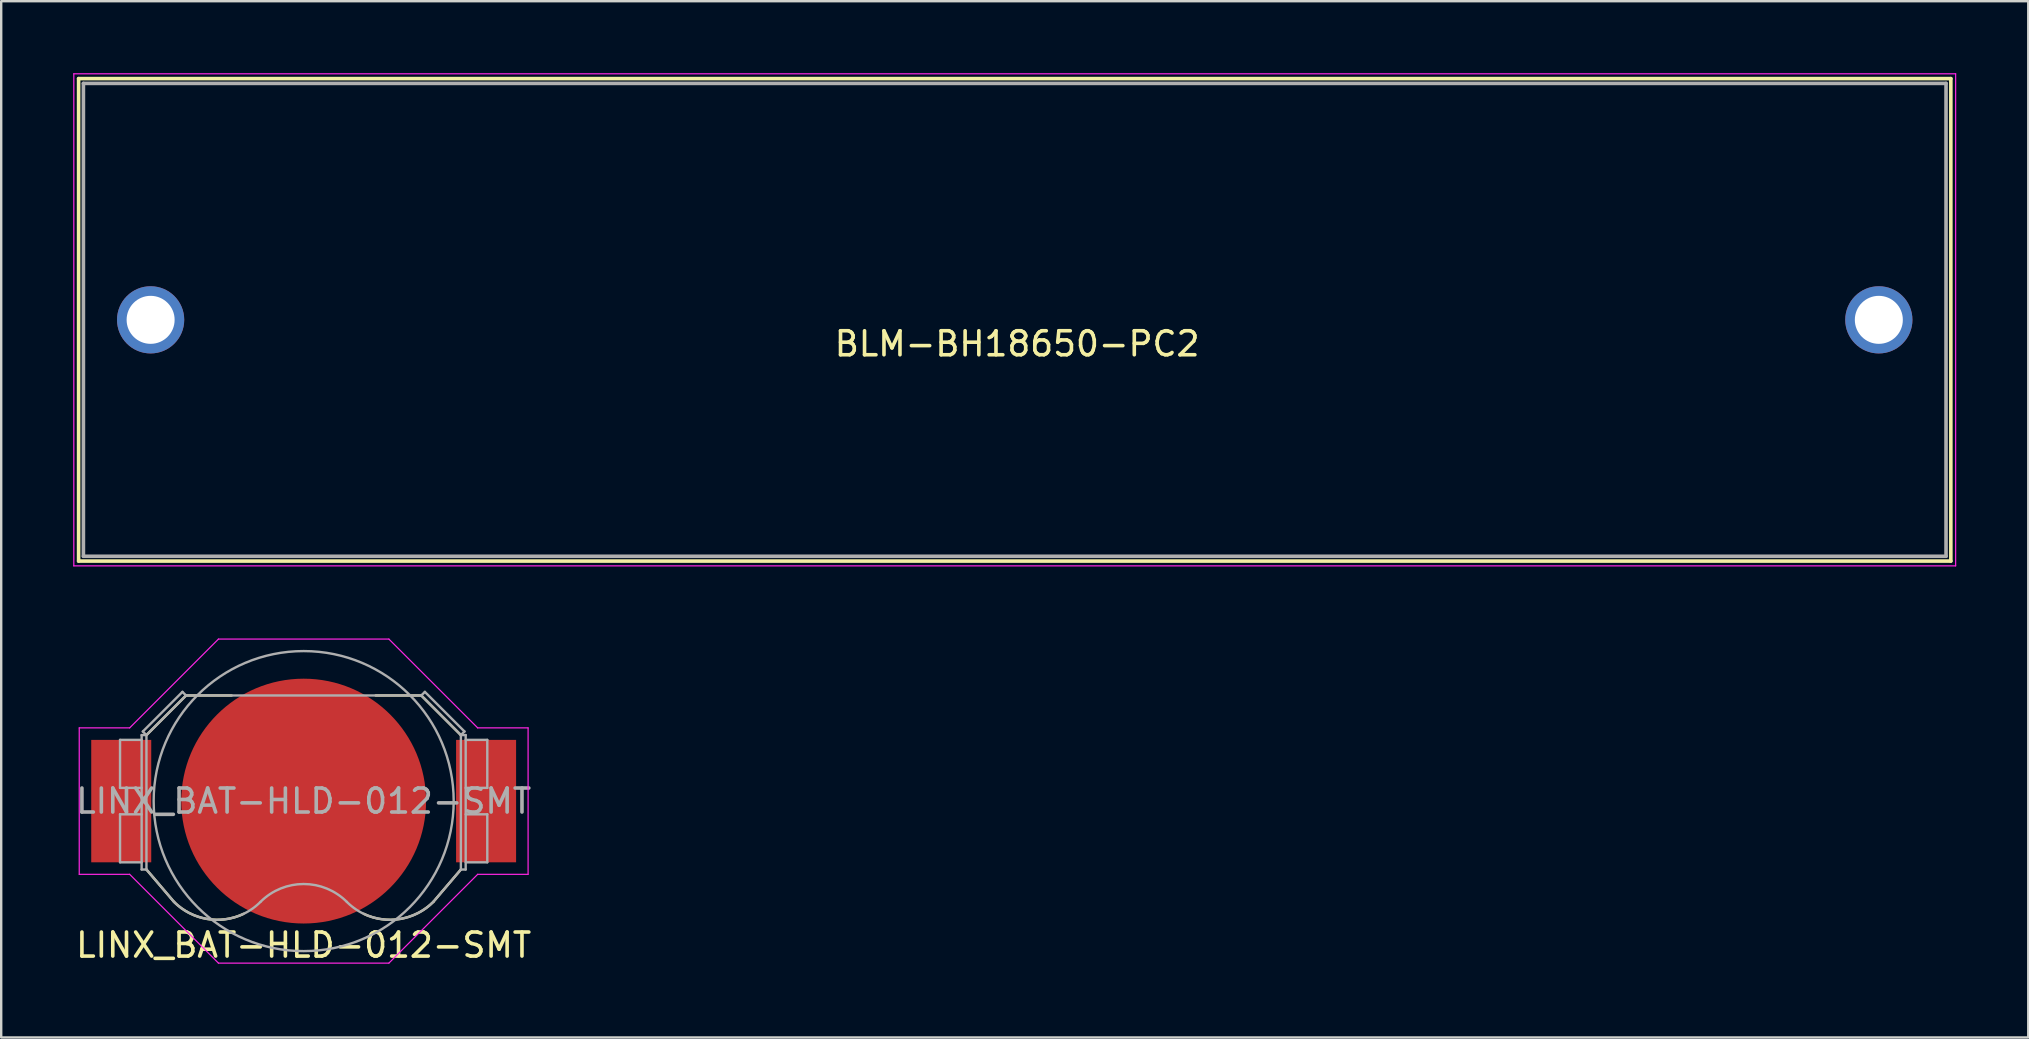
<source format=kicad_pcb>
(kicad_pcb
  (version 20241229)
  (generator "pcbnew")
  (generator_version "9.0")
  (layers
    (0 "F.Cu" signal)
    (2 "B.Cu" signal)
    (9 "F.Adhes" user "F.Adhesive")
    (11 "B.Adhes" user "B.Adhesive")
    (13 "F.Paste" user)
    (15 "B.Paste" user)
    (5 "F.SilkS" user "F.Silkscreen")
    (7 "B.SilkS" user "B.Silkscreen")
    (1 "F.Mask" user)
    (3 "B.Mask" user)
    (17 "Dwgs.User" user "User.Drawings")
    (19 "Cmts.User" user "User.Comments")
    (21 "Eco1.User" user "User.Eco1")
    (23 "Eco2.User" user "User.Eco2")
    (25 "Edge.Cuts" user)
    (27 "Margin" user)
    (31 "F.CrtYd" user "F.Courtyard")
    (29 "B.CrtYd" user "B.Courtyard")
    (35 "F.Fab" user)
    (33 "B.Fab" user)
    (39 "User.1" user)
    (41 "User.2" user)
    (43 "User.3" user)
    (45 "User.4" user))
  (footprint "BLM-BH18650-PC2"
    (layer "F.Cu")
    (at 39.225 10.275)
    (property "Reference" "BLM-BH18650-PC2" (at 0.1 1 0) (layer "F.SilkS") (effects (font (size 1 1) (thickness 0.15))))
    (attr through_hole)
    (fp_line (start -39 -10.05) (end 39 -10.05) (stroke (width 0.15) (type solid)) (layer "F.SilkS"))
    (fp_line (start -39 10.05) (end -39 -10.05) (stroke (width 0.15) (type solid)) (layer "F.SilkS"))
    (fp_line (start 39 -10.05) (end 39 10.05) (stroke (width 0.15) (type solid)) (layer "F.SilkS"))
    (fp_line (start 39 10.05) (end -39 10.05) (stroke (width 0.15) (type solid)) (layer "F.SilkS"))
    (fp_line (start -39.2 -10.25) (end 39.2 -10.25) (stroke (width 0.05) (type solid)) (layer "F.CrtYd"))
    (fp_line (start -39.2 10.25) (end -39.2 -10.25) (stroke (width 0.05) (type solid)) (layer "F.CrtYd"))
    (fp_line (start 39.2 -10.25) (end 39.2 10.25) (stroke (width 0.05) (type solid)) (layer "F.CrtYd"))
    (fp_line (start 39.2 10.25) (end -39.2 10.25) (stroke (width 0.05) (type solid)) (layer "F.CrtYd"))
    (fp_line (start -38.8 -9.85) (end 38.8 -9.85) (stroke (width 0.15) (type solid)) (layer "F.Fab"))
    (fp_line (start -38.8 9.85) (end -38.8 -9.85) (stroke (width 0.15) (type solid)) (layer "F.Fab"))
    (fp_line (start 38.8 -9.85) (end 38.8 9.85) (stroke (width 0.15) (type solid)) (layer "F.Fab"))
    (fp_line (start 38.8 9.85) (end -38.8 9.85) (stroke (width 0.15) (type solid)) (layer "F.Fab"))
    (pad "1" thru_hole circle (at -36 0) (size 2.8 2.8) (drill 2) (layers "*.Cu" "*.Mask"))
    (pad "2" thru_hole circle (at 36 0) (size 2.8 2.8) (drill 2) (layers "*.Cu" "*.Mask")))
  (footprint "LINX_BAT-HLD-012-SMT"
    (layer "F.Cu")
    (at 9.601 30.325)
    (property "Reference" "LINX_BAT-HLD-012-SMT" (at 0 6 0) (layer "F.SilkS") (effects (font (size 1 1) (thickness 0.15))))
    (attr smd)
    (fp_line (start -6.55 -2.75) (end -4.9 -4.4) (stroke (width 0.1) (type solid)) (layer "F.SilkS"))
    (fp_line (start -6.55 2.85) (end -5.4 4.2) (stroke (width 0.1) (type solid)) (layer "F.SilkS"))
    (fp_line (start -4.9 -4.4) (end -3 -4.4) (stroke (width 0.1) (type solid)) (layer "F.SilkS"))
    (fp_line (start 4.9 -4.4) (end 3 -4.4) (stroke (width 0.1) (type solid)) (layer "F.SilkS"))
    (fp_line (start 4.9 -4.4) (end 6.55 -2.75) (stroke (width 0.1) (type solid)) (layer "F.SilkS"))
    (fp_line (start 6.55 2.85) (end 5.4 4.2) (stroke (width 0.1) (type solid)) (layer "F.SilkS"))
    (fp_arc (start -2.504098 4.697607) (mid -4.031094 4.908816) (end -5.4 4.2) (stroke (width 0.1) (type solid)) (layer "F.SilkS"))
    (fp_arc (start 5.4 4.2) (mid 4.029781 4.909041) (end 2.501694 4.696459) (stroke (width 0.1) (type solid)) (layer "F.SilkS"))
    (fp_line (start -9.35 -3.05) (end -7.25 -3.05) (stroke (width 0.05) (type solid)) (layer "F.CrtYd"))
    (fp_line (start -9.35 3.05) (end -9.35 -3.05) (stroke (width 0.05) (type solid)) (layer "F.CrtYd"))
    (fp_line (start -9.35 3.05) (end -7.25 3.05) (stroke (width 0.05) (type solid)) (layer "F.CrtYd"))
    (fp_line (start -7.25 -3.05) (end -3.55 -6.75) (stroke (width 0.05) (type solid)) (layer "F.CrtYd"))
    (fp_line (start -3.55 -6.75) (end 3.55 -6.75) (stroke (width 0.05) (type solid)) (layer "F.CrtYd"))
    (fp_line (start -3.55 6.75) (end -7.25 3.05) (stroke (width 0.05) (type solid)) (layer "F.CrtYd"))
    (fp_line (start -3.55 6.75) (end 3.55 6.75) (stroke (width 0.05) (type solid)) (layer "F.CrtYd"))
    (fp_line (start 3.55 -6.75) (end 7.25 -3.05) (stroke (width 0.05) (type solid)) (layer "F.CrtYd"))
    (fp_line (start 3.55 6.75) (end 7.25 3.05) (stroke (width 0.05) (type solid)) (layer "F.CrtYd"))
    (fp_line (start 7.25 -3.05) (end 9.35 -3.05) (stroke (width 0.05) (type solid)) (layer "F.CrtYd"))
    (fp_line (start 9.35 -3.05) (end 9.35 3.05) (stroke (width 0.05) (type solid)) (layer "F.CrtYd"))
    (fp_line (start 9.35 3.05) (end 7.25 3.05) (stroke (width 0.05) (type solid)) (layer "F.CrtYd"))
    (fp_line (start -7.65 -2.55) (end -7.65 -0.55) (stroke (width 0.1) (type solid)) (layer "F.Fab"))
    (fp_line (start -7.65 -2.55) (end -6.75 -2.55) (stroke (width 0.1) (type solid)) (layer "F.Fab"))
    (fp_line (start -7.65 -0.55) (end -6.75 -0.55) (stroke (width 0.1) (type solid)) (layer "F.Fab"))
    (fp_line (start -7.65 0.55) (end -7.65 2.55) (stroke (width 0.1) (type solid)) (layer "F.Fab"))
    (fp_line (start -7.65 2.55) (end -6.75 2.55) (stroke (width 0.1) (type solid)) (layer "F.Fab"))
    (fp_line (start -6.75 -2.75) (end -6.55 -2.75) (stroke (width 0.1) (type solid)) (layer "F.Fab"))
    (fp_line (start -6.75 0.55) (end -7.65 0.55) (stroke (width 0.1) (type solid)) (layer "F.Fab"))
    (fp_line (start -6.75 2.85) (end -6.75 -2.75) (stroke (width 0.1) (type solid)) (layer "F.Fab"))
    (fp_line (start -6.75 2.85) (end -6.55 2.85) (stroke (width 0.1) (type solid)) (layer "F.Fab"))
    (fp_line (start -6.7 -2.9) (end -5.05 -4.55) (stroke (width 0.1) (type solid)) (layer "F.Fab"))
    (fp_line (start -6.55 -2.75) (end -6.7 -2.9) (stroke (width 0.1) (type solid)) (layer "F.Fab"))
    (fp_line (start -6.55 -2.75) (end -4.9 -4.4) (stroke (width 0.1) (type solid)) (layer "F.Fab"))
    (fp_line (start -6.55 2.85) (end -6.55 -2.75) (stroke (width 0.1) (type solid)) (layer "F.Fab"))
    (fp_line (start -6.55 2.85) (end -5.4 4.2) (stroke (width 0.1) (type solid)) (layer "F.Fab"))
    (fp_line (start -5.05 -4.55) (end -4.9 -4.4) (stroke (width 0.1) (type solid)) (layer "F.Fab"))
    (fp_line (start 4.9 -4.4) (end -4.9 -4.4) (stroke (width 0.1) (type solid)) (layer "F.Fab"))
    (fp_line (start 5.05 -4.55) (end 4.9 -4.4) (stroke (width 0.1) (type solid)) (layer "F.Fab"))
    (fp_line (start 6.55 -2.75) (end 4.9 -4.4) (stroke (width 0.1) (type solid)) (layer "F.Fab"))
    (fp_line (start 6.55 -2.75) (end 6.7 -2.9) (stroke (width 0.1) (type solid)) (layer "F.Fab"))
    (fp_line (start 6.55 -2.75) (end 6.75 -2.75) (stroke (width 0.1) (type solid)) (layer "F.Fab"))
    (fp_line (start 6.55 2.85) (end 5.4 4.2) (stroke (width 0.1) (type solid)) (layer "F.Fab"))
    (fp_line (start 6.55 2.85) (end 6.55 -2.75) (stroke (width 0.1) (type solid)) (layer "F.Fab"))
    (fp_line (start 6.7 -2.9) (end 5.05 -4.55) (stroke (width 0.1) (type solid)) (layer "F.Fab"))
    (fp_line (start 6.75 -0.55) (end 7.65 -0.55) (stroke (width 0.1) (type solid)) (layer "F.Fab"))
    (fp_line (start 6.75 2.55) (end 7.65 2.55) (stroke (width 0.1) (type solid)) (layer "F.Fab"))
    (fp_line (start 6.75 2.85) (end 6.55 2.85) (stroke (width 0.1) (type solid)) (layer "F.Fab"))
    (fp_line (start 6.75 2.85) (end 6.75 -2.75) (stroke (width 0.1) (type solid)) (layer "F.Fab"))
    (fp_line (start 7.65 -2.55) (end 6.75 -2.55) (stroke (width 0.1) (type solid)) (layer "F.Fab"))
    (fp_line (start 7.65 -0.55) (end 7.65 -2.55) (stroke (width 0.1) (type solid)) (layer "F.Fab"))
    (fp_line (start 7.65 0.55) (end 6.75 0.55) (stroke (width 0.1) (type solid)) (layer "F.Fab"))
    (fp_line (start 7.65 2.55) (end 7.65 0.55) (stroke (width 0.1) (type solid)) (layer "F.Fab"))
    (fp_arc (start -1.8 4.2) (mid -3.6 4.945584) (end -5.4 4.2) (stroke (width 0.1) (type solid)) (layer "F.Fab"))
    (fp_arc (start -1.8 4.2) (mid 0 3.454416) (end 1.8 4.2) (stroke (width 0.1) (type solid)) (layer "F.Fab"))
    (fp_arc (start 5.4 4.2) (mid 3.6 4.945584) (end 1.8 4.2) (stroke (width 0.1) (type solid)) (layer "F.Fab"))
    (fp_circle (center 0 0) (end -6.25 0) (stroke (width 0.1) (type solid)) (fill no) (layer "F.Fab"))
    (fp_text user "${REFERENCE}" (at 0 0 0) (layer "F.Fab") (effects (font (size 1 1) (thickness 0.15))))
    (pad "1" smd rect (at -7.6 0) (size 2.5 5.1) (layers "F.Cu" "F.Mask" "F.Paste"))
    (pad "1" smd rect (at 7.6 0) (size 2.5 5.1) (layers "F.Cu" "F.Mask" "F.Paste"))
    (pad "2" smd circle (at 0 0) (size 10.2 10.2) (layers "F.Cu" "F.Mask" "F.Paste")))
  (gr_rect
    (start -3 -3)
    (end 81.45 40.173)
    (stroke (width 0.1) (type default))
    (fill no)
    (layer "Edge.Cuts")))
</source>
